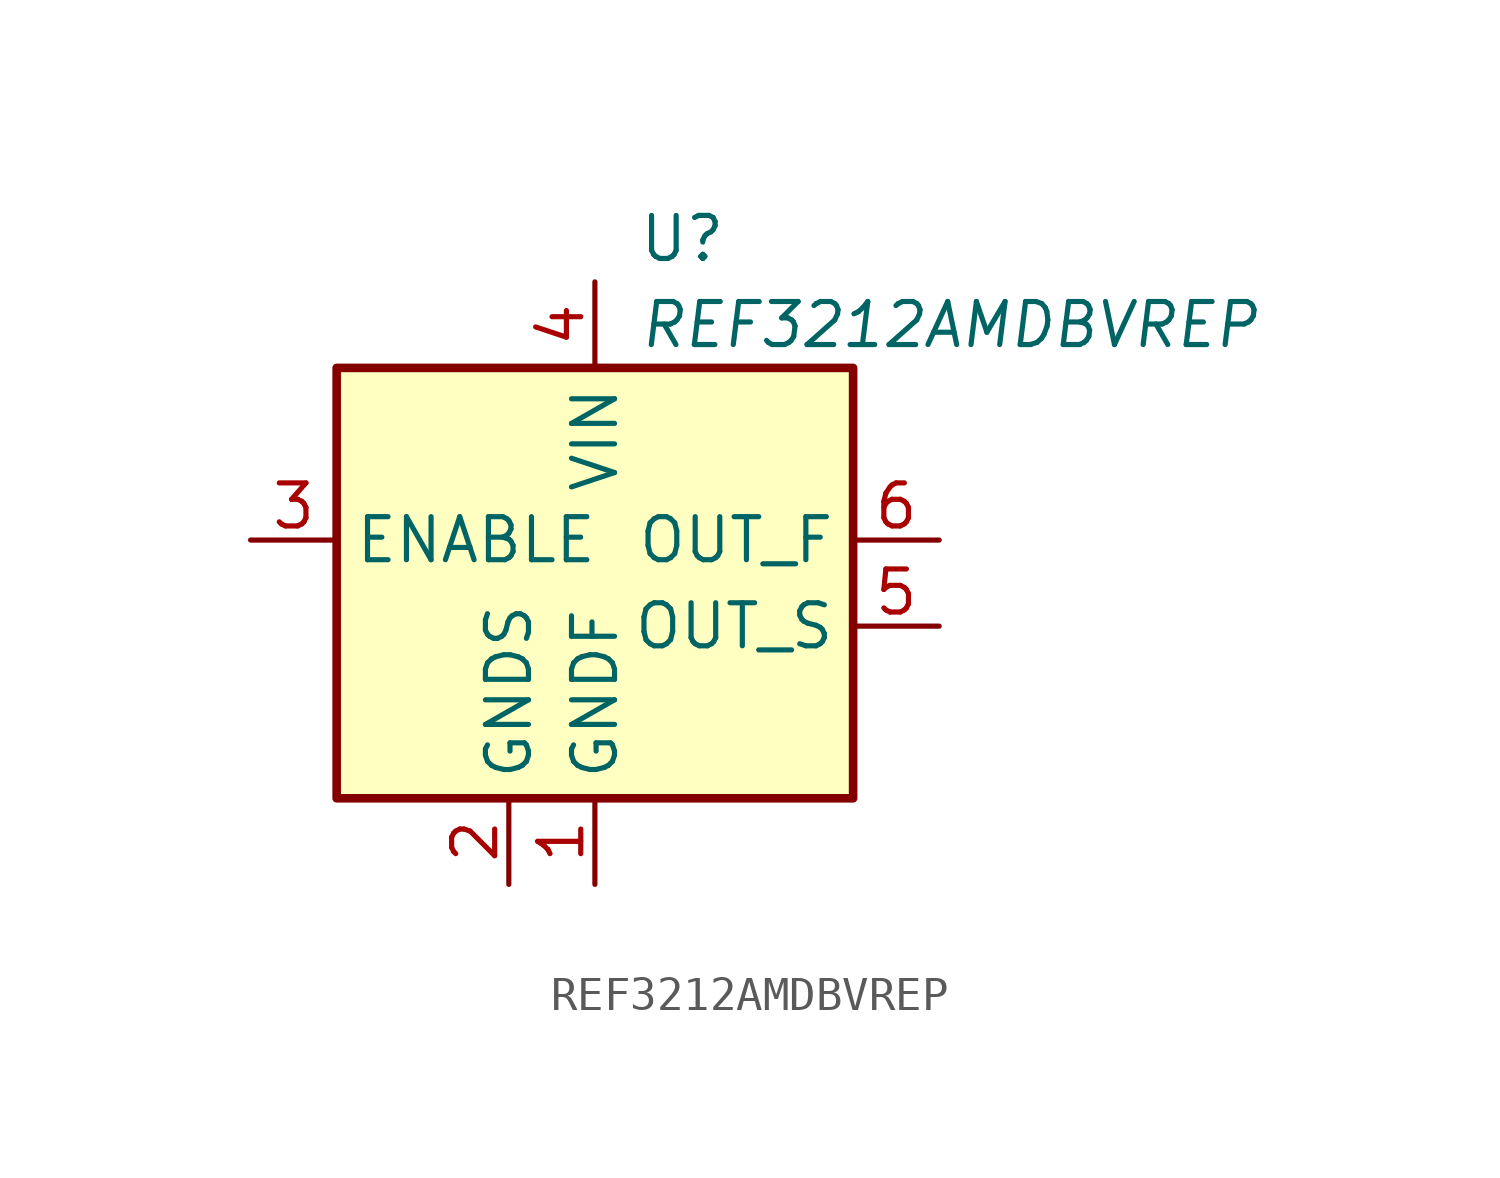
<source format=kicad_sym>
(kicad_symbol_lib
  (version 20231120)
  (generator "kicad_symbol_editor")
  (generator_version "8.0")
  (symbol "REF3212AMDBVREP"
    (property "Reference" "U"
      (at 1.27 8.89 0)
      (effects (font (size 1.27 1.27)) (justify left)))
    (property "Value" "REF3212AMDBVREP"
      (at 1.27 6.35 0)
      (effects (font (size 1.27 1.27) (italic yes)) (justify left)))
    (symbol "REF3212AMDBVREP_0_1"
      (rectangle (start -7.62 5.08) (end 7.62 -7.62) (stroke (width 0.254) (type default)) (fill (type background))))
    (symbol "REF3212AMDBVREP_1_1"
      (pin power_in line (at 0 -10.16 90) (length 2.54) (name "GNDF" (effects (font (size 1.27 1.27)))) (number "1" (effects (font (size 1.27 1.27)))))
      (pin input line (at -2.54 -10.16 90) (length 2.54) (name "GNDS" (effects (font (size 1.27 1.27)))) (number "2" (effects (font (size 1.27 1.27)))))
      (pin input line (at -10.16 0 0) (length 2.54) (name "ENABLE" (effects (font (size 1.27 1.27)))) (number "3" (effects (font (size 1.27 1.27)))))
      (pin power_in line (at 0 7.62 270) (length 2.54) (name "VIN" (effects (font (size 1.27 1.27)))) (number "4" (effects (font (size 1.27 1.27)))))
      (pin input line (at 10.16 -2.54 180) (length 2.54) (name "OUT_S" (effects (font (size 1.27 1.27)))) (number "5" (effects (font (size 1.27 1.27)))))
      (pin output line (at 10.16 0 180) (length 2.54) (name "OUT_F" (effects (font (size 1.27 1.27)))) (number "6" (effects (font (size 1.27 1.27))))))))
</source>
